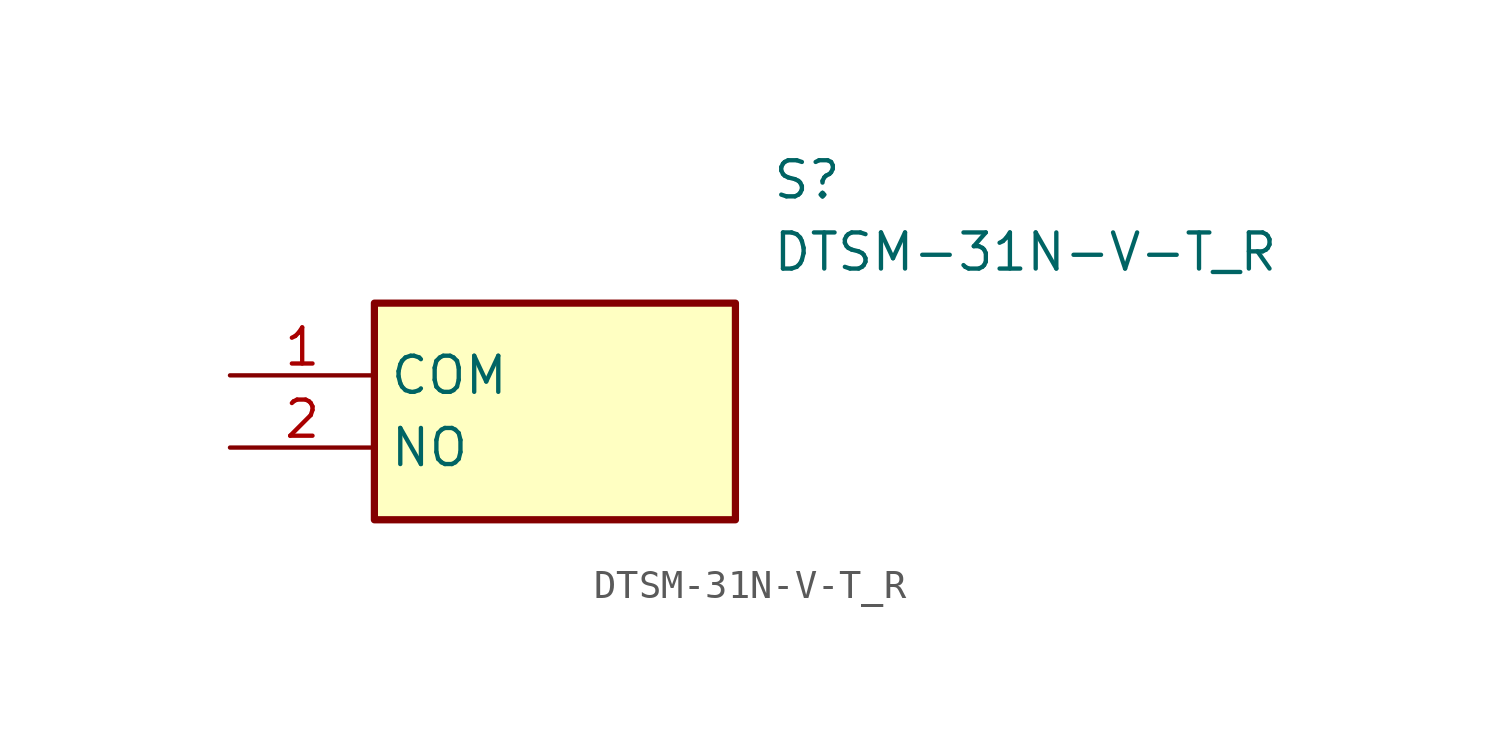
<source format=kicad_sym>
(kicad_symbol_lib
  (version 20211014)
  (generator SamacSys_ECAD_Model)
  (symbol "DTSM-31N-V-T_R"
    (property "Reference" "S"
      (at 19.05 7.62 0)
      (effects (font (size 1.27 1.27)) (justify left top)))
    (property "Value" "DTSM-31N-V-T_R"
      (at 19.05 5.08 0)
      (effects (font (size 1.27 1.27)) (justify left top)))
    (rectangle
      (start 5.08 2.54)
      (end 17.78 -5.08)
      (stroke (width 0.254) (type default))
      (fill (type background)))
    (pin passive line
      (at 0 0 0)
      (length 5.08)
      (name "COM" (effects (font (size 1.27 1.27))))
      (number "1" (effects (font (size 1.27 1.27)))))
    (pin passive line
      (at 0 -2.54 0)
      (length 5.08)
      (name "NO" (effects (font (size 1.27 1.27))))
      (number "2" (effects (font (size 1.27 1.27)))))))
</source>
